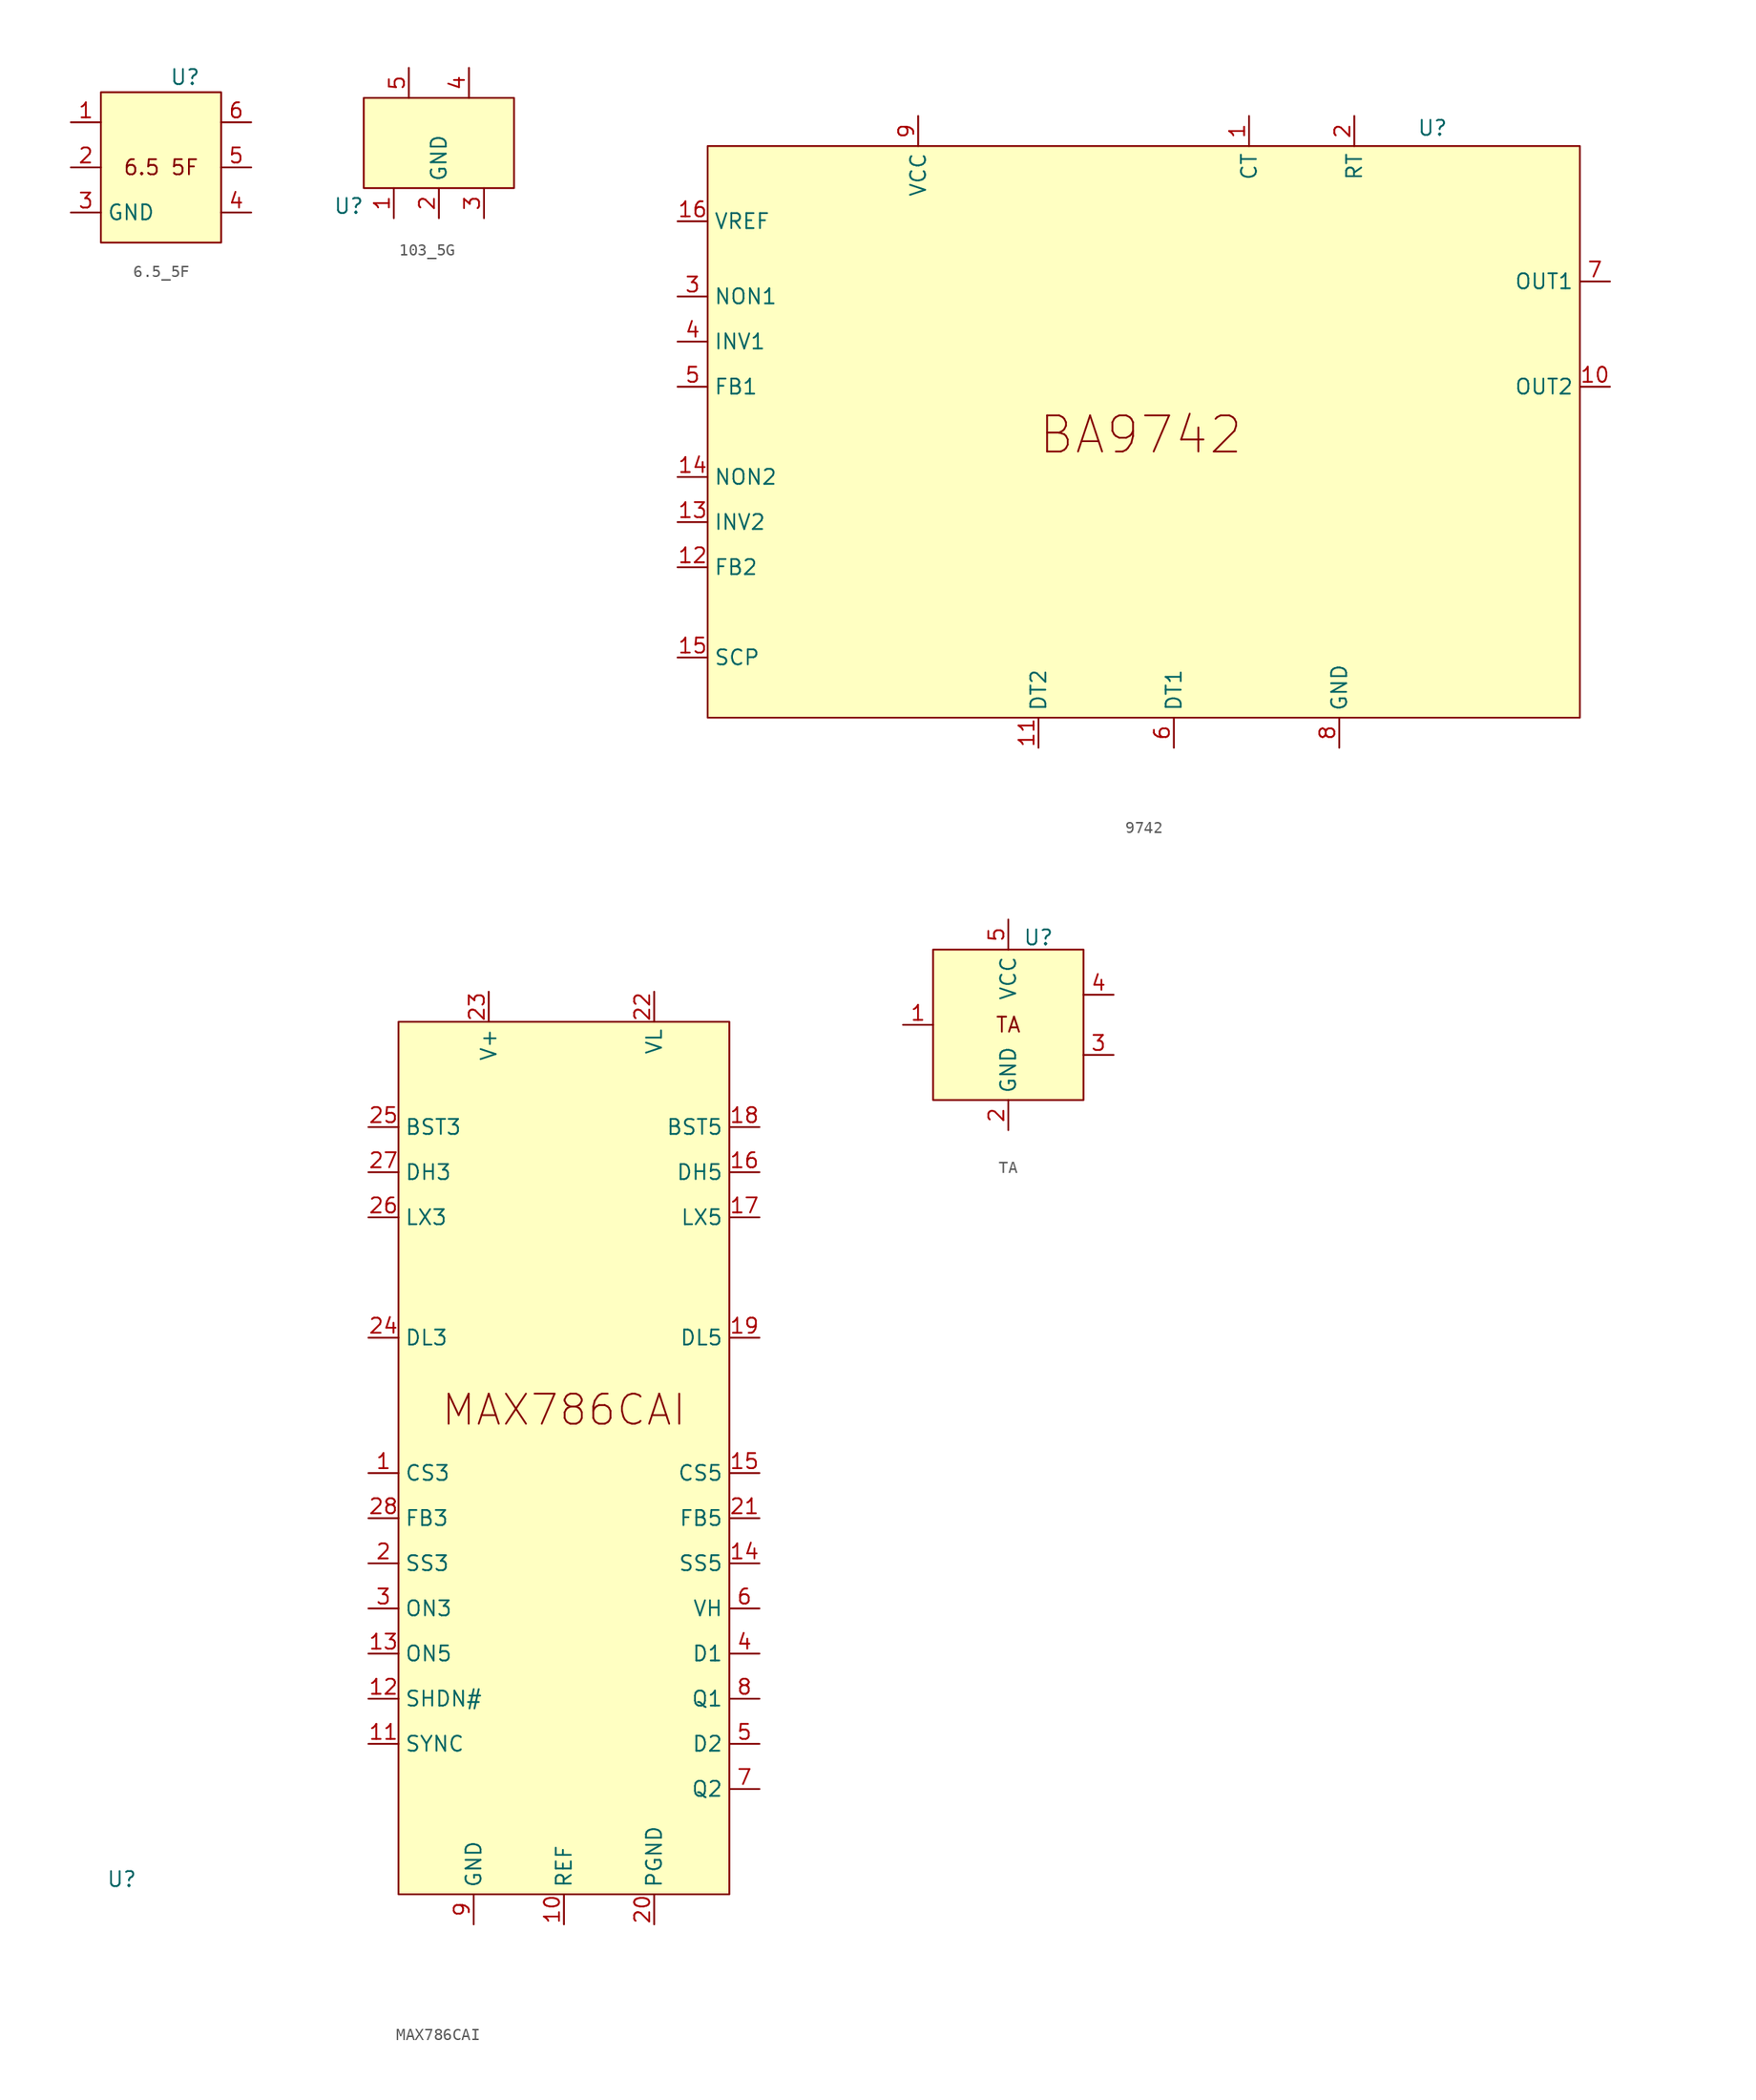
<source format=kicad_sym>
(kicad_symbol_lib
  (version 20241209)
  (generator "kicad_symbol_editor")
  (generator_version "9.0")
  (symbol "6.5_5F"
    (property "Reference" "U"
      (at 2.032 7.62 0)
      (effects (font (size 1.27 1.27))))
    (property "Value" ""
      (at 0 0 0)
      (effects (font (size 1.27 1.27))))
    (symbol "6.5_5F_1_1"
      (rectangle (start -5.08 6.35) (end 5.08 -6.35) (stroke (width 0) (type solid)) (fill (type color) (color 255 255 194 1)))
      (text "6.5 5F" (at 0 0 0) (effects (font (size 1.27 1.27))))
      (pin passive line (at -7.62 3.81 0) (length 2.54) (name "" (effects (font (size 1.27 1.27)))) (number "1" (effects (font (size 1.27 1.27)))))
      (pin passive line (at -7.62 0 0) (length 2.54) (name "" (effects (font (size 1.27 1.27)))) (number "2" (effects (font (size 1.27 1.27)))))
      (pin power_in line (at -7.62 -3.81 0) (length 2.54) (name "GND" (effects (font (size 1.27 1.27)))) (number "3" (effects (font (size 1.27 1.27)))))
      (pin passive line (at 7.62 3.81 180) (length 2.54) (name "" (effects (font (size 1.27 1.27)))) (number "6" (effects (font (size 1.27 1.27)))))
      (pin passive line (at 7.62 0 180) (length 2.54) (name "" (effects (font (size 1.27 1.27)))) (number "5" (effects (font (size 1.27 1.27)))))
      (pin passive line (at 7.62 -3.81 180) (length 2.54) (name "" (effects (font (size 1.27 1.27)))) (number "4" (effects (font (size 1.27 1.27)))))))
  (symbol "103_5G"
    (property "Reference" "U"
      (at -7.62 -5.334 0)
      (effects (font (size 1.27 1.27))))
    (property "Value" ""
      (at 0 0 0)
      (effects (font (size 1.27 1.27))))
    (symbol "103_5G_1_1"
      (rectangle (start -6.35 3.81) (end 6.35 -3.81) (stroke (width 0) (type solid)) (fill (type color) (color 255 255 194 1)))
      (pin passive line (at -3.81 -6.35 90) (length 2.54) (name "" (effects (font (size 1.27 1.27)))) (number "1" (effects (font (size 1.27 1.27)))))
      (pin passive line (at -2.54 6.35 270) (length 2.54) (name "" (effects (font (size 1.27 1.27)))) (number "5" (effects (font (size 1.27 1.27)))))
      (pin power_in line (at 0 -6.35 90) (length 2.54) (name "GND" (effects (font (size 1.27 1.27)))) (number "2" (effects (font (size 1.27 1.27)))))
      (pin passive line (at 2.54 6.35 270) (length 2.54) (name "" (effects (font (size 1.27 1.27)))) (number "4" (effects (font (size 1.27 1.27)))))
      (pin passive line (at 3.81 -6.35 90) (length 2.54) (name "" (effects (font (size 1.27 1.27)))) (number "3" (effects (font (size 1.27 1.27)))))))
  (symbol "9742"
    (property "Reference" "U"
      (at 24.384 25.654 0)
      (effects (font (size 1.27 1.27))))
    (property "Value" ""
      (at 0 0 0)
      (effects (font (size 1.27 1.27))))
    (symbol "9742_1_1"
      (rectangle (start -36.83 24.13) (end 36.83 -24.13) (stroke (width 0) (type solid)) (fill (type color) (color 255 255 194 1)))
      (text "BA9742" (at -0.254 -0.254 0) (effects (font (size 3.048 3.048))))
      (pin output line (at -39.37 17.78 0) (length 2.54) (name "VREF" (effects (font (size 1.27 1.27)))) (number "16" (effects (font (size 1.27 1.27)))))
      (pin input line (at -39.37 11.43 0) (length 2.54) (name "NON1" (effects (font (size 1.27 1.27)))) (number "3" (effects (font (size 1.27 1.27)))))
      (pin input line (at -39.37 7.62 0) (length 2.54) (name "INV1" (effects (font (size 1.27 1.27)))) (number "4" (effects (font (size 1.27 1.27)))))
      (pin output line (at -39.37 3.81 0) (length 2.54) (name "FB1" (effects (font (size 1.27 1.27)))) (number "5" (effects (font (size 1.27 1.27)))))
      (pin input line (at -39.37 -3.81 0) (length 2.54) (name "NON2" (effects (font (size 1.27 1.27)))) (number "14" (effects (font (size 1.27 1.27)))))
      (pin input line (at -39.37 -7.62 0) (length 2.54) (name "INV2" (effects (font (size 1.27 1.27)))) (number "13" (effects (font (size 1.27 1.27)))))
      (pin output line (at -39.37 -11.43 0) (length 2.54) (name "FB2" (effects (font (size 1.27 1.27)))) (number "12" (effects (font (size 1.27 1.27)))))
      (pin input line (at -39.37 -19.05 0) (length 2.54) (name "SCP" (effects (font (size 1.27 1.27)))) (number "15" (effects (font (size 1.27 1.27)))))
      (pin power_in line (at -19.05 26.67 270) (length 2.54) (name "VCC" (effects (font (size 1.27 1.27)))) (number "9" (effects (font (size 1.27 1.27)))))
      (pin output line (at -8.89 -26.67 90) (length 2.54) (name "DT2" (effects (font (size 1.27 1.27)))) (number "11" (effects (font (size 1.27 1.27)))))
      (pin output line (at 2.54 -26.67 90) (length 2.54) (name "DT1" (effects (font (size 1.27 1.27)))) (number "6" (effects (font (size 1.27 1.27)))))
      (pin passive line (at 8.89 26.67 270) (length 2.54) (name "CT" (effects (font (size 1.27 1.27)))) (number "1" (effects (font (size 1.27 1.27)))))
      (pin power_in line (at 16.51 -26.67 90) (length 2.54) (name "GND" (effects (font (size 1.27 1.27)))) (number "8" (effects (font (size 1.27 1.27)))))
      (pin passive line (at 17.78 26.67 270) (length 2.54) (name "RT" (effects (font (size 1.27 1.27)))) (number "2" (effects (font (size 1.27 1.27)))))
      (pin output line (at 39.37 12.7 180) (length 2.54) (name "OUT1" (effects (font (size 1.27 1.27)))) (number "7" (effects (font (size 1.27 1.27)))))
      (pin output line (at 39.37 3.81 180) (length 2.54) (name "OUT2" (effects (font (size 1.27 1.27)))) (number "10" (effects (font (size 1.27 1.27)))))))
  (symbol "MAX786CAI"
    (property "Reference" "U"
      (at -37.338 -35.56 0)
      (effects (font (size 1.27 1.27))))
    (property "Value" ""
      (at 0 0 0)
      (effects (font (size 1.27 1.27))))
    (symbol "MAX786CAI_1_1"
      (rectangle (start -13.97 36.83) (end 13.97 -36.83) (stroke (width 0) (type solid)) (fill (type color) (color 255 255 194 1)))
      (text "MAX786CAI" (at 0 4.064 0) (effects (font (size 2.54 2.54))))
      (pin input line (at -16.51 27.94 0) (length 2.54) (name "BST3" (effects (font (size 1.27 1.27)))) (number "25" (effects (font (size 1.27 1.27)))))
      (pin output line (at -16.51 24.13 0) (length 2.54) (name "DH3" (effects (font (size 1.27 1.27)))) (number "27" (effects (font (size 1.27 1.27)))))
      (pin input line (at -16.51 20.32 0) (length 2.54) (name "LX3" (effects (font (size 1.27 1.27)))) (number "26" (effects (font (size 1.27 1.27)))))
      (pin output line (at -16.51 10.16 0) (length 2.54) (name "DL3" (effects (font (size 1.27 1.27)))) (number "24" (effects (font (size 1.27 1.27)))))
      (pin input line (at -16.51 -1.27 0) (length 2.54) (name "CS3" (effects (font (size 1.27 1.27)))) (number "1" (effects (font (size 1.27 1.27)))))
      (pin input line (at -16.51 -5.08 0) (length 2.54) (name "FB3" (effects (font (size 1.27 1.27)))) (number "28" (effects (font (size 1.27 1.27)))))
      (pin input line (at -16.51 -8.89 0) (length 2.54) (name "SS3" (effects (font (size 1.27 1.27)))) (number "2" (effects (font (size 1.27 1.27)))))
      (pin input line (at -16.51 -12.7 0) (length 2.54) (name "ON3" (effects (font (size 1.27 1.27)))) (number "3" (effects (font (size 1.27 1.27)))))
      (pin input line (at -16.51 -16.51 0) (length 2.54) (name "ON5" (effects (font (size 1.27 1.27)))) (number "13" (effects (font (size 1.27 1.27)))))
      (pin input line (at -16.51 -20.32 0) (length 2.54) (name "SHDN#" (effects (font (size 1.27 1.27)))) (number "12" (effects (font (size 1.27 1.27)))))
      (pin input line (at -16.51 -24.13 0) (length 2.54) (name "SYNC" (effects (font (size 1.27 1.27)))) (number "11" (effects (font (size 1.27 1.27)))))
      (pin power_in line (at -7.62 -39.37 90) (length 2.54) (name "GND" (effects (font (size 1.27 1.27)))) (number "9" (effects (font (size 1.27 1.27)))))
      (pin input line (at -6.35 39.37 270) (length 2.54) (name "V+" (effects (font (size 1.27 1.27)))) (number "23" (effects (font (size 1.27 1.27)))))
      (pin input line (at 0 -39.37 90) (length 2.54) (name "REF" (effects (font (size 1.27 1.27)))) (number "10" (effects (font (size 1.27 1.27)))))
      (pin input line (at 7.62 39.37 270) (length 2.54) (name "VL" (effects (font (size 1.27 1.27)))) (number "22" (effects (font (size 1.27 1.27)))))
      (pin power_in line (at 7.62 -39.37 90) (length 2.54) (name "PGND" (effects (font (size 1.27 1.27)))) (number "20" (effects (font (size 1.27 1.27)))))
      (pin input line (at 16.51 27.94 180) (length 2.54) (name "BST5" (effects (font (size 1.27 1.27)))) (number "18" (effects (font (size 1.27 1.27)))))
      (pin output line (at 16.51 24.13 180) (length 2.54) (name "DH5" (effects (font (size 1.27 1.27)))) (number "16" (effects (font (size 1.27 1.27)))))
      (pin input line (at 16.51 20.32 180) (length 2.54) (name "LX5" (effects (font (size 1.27 1.27)))) (number "17" (effects (font (size 1.27 1.27)))))
      (pin output line (at 16.51 10.16 180) (length 2.54) (name "DL5" (effects (font (size 1.27 1.27)))) (number "19" (effects (font (size 1.27 1.27)))))
      (pin input line (at 16.51 -1.27 180) (length 2.54) (name "CS5" (effects (font (size 1.27 1.27)))) (number "15" (effects (font (size 1.27 1.27)))))
      (pin input line (at 16.51 -5.08 180) (length 2.54) (name "FB5" (effects (font (size 1.27 1.27)))) (number "21" (effects (font (size 1.27 1.27)))))
      (pin input line (at 16.51 -8.89 180) (length 2.54) (name "SS5" (effects (font (size 1.27 1.27)))) (number "14" (effects (font (size 1.27 1.27)))))
      (pin input line (at 16.51 -12.7 180) (length 2.54) (name "VH" (effects (font (size 1.27 1.27)))) (number "6" (effects (font (size 1.27 1.27)))))
      (pin input line (at 16.51 -16.51 180) (length 2.54) (name "D1" (effects (font (size 1.27 1.27)))) (number "4" (effects (font (size 1.27 1.27)))))
      (pin input line (at 16.51 -20.32 180) (length 2.54) (name "Q1" (effects (font (size 1.27 1.27)))) (number "8" (effects (font (size 1.27 1.27)))))
      (pin input line (at 16.51 -24.13 180) (length 2.54) (name "D2" (effects (font (size 1.27 1.27)))) (number "5" (effects (font (size 1.27 1.27)))))
      (pin input line (at 16.51 -27.94 180) (length 2.54) (name "Q2" (effects (font (size 1.27 1.27)))) (number "7" (effects (font (size 1.27 1.27)))))))
  (symbol "TA"
    (property "Reference" "U"
      (at 2.54 7.366 0)
      (effects (font (size 1.27 1.27))))
    (property "Value" ""
      (at 0 0 0)
      (effects (font (size 1.27 1.27))))
    (symbol "TA_1_1"
      (rectangle (start -6.35 6.35) (end 6.35 -6.35) (stroke (width 0) (type solid)) (fill (type color) (color 255 255 194 1)))
      (text "TA\n" (at 0 0 0) (effects (font (size 1.27 1.27))))
      (pin passive line (at -8.89 0 0) (length 2.54) (name "" (effects (font (size 1.27 1.27)))) (number "1" (effects (font (size 1.27 1.27)))))
      (pin passive line (at 0 8.89 270) (length 2.54) (name "VCC" (effects (font (size 1.27 1.27)))) (number "5" (effects (font (size 1.27 1.27)))))
      (pin passive line (at 0 -8.89 90) (length 2.54) (name "GND" (effects (font (size 1.27 1.27)))) (number "2" (effects (font (size 1.27 1.27)))))
      (pin passive line (at 8.89 2.54 180) (length 2.54) (name "" (effects (font (size 1.27 1.27)))) (number "4" (effects (font (size 1.27 1.27)))))
      (pin passive line (at 8.89 -2.54 180) (length 2.54) (name "" (effects (font (size 1.27 1.27)))) (number "3" (effects (font (size 1.27 1.27))))))))
</source>
